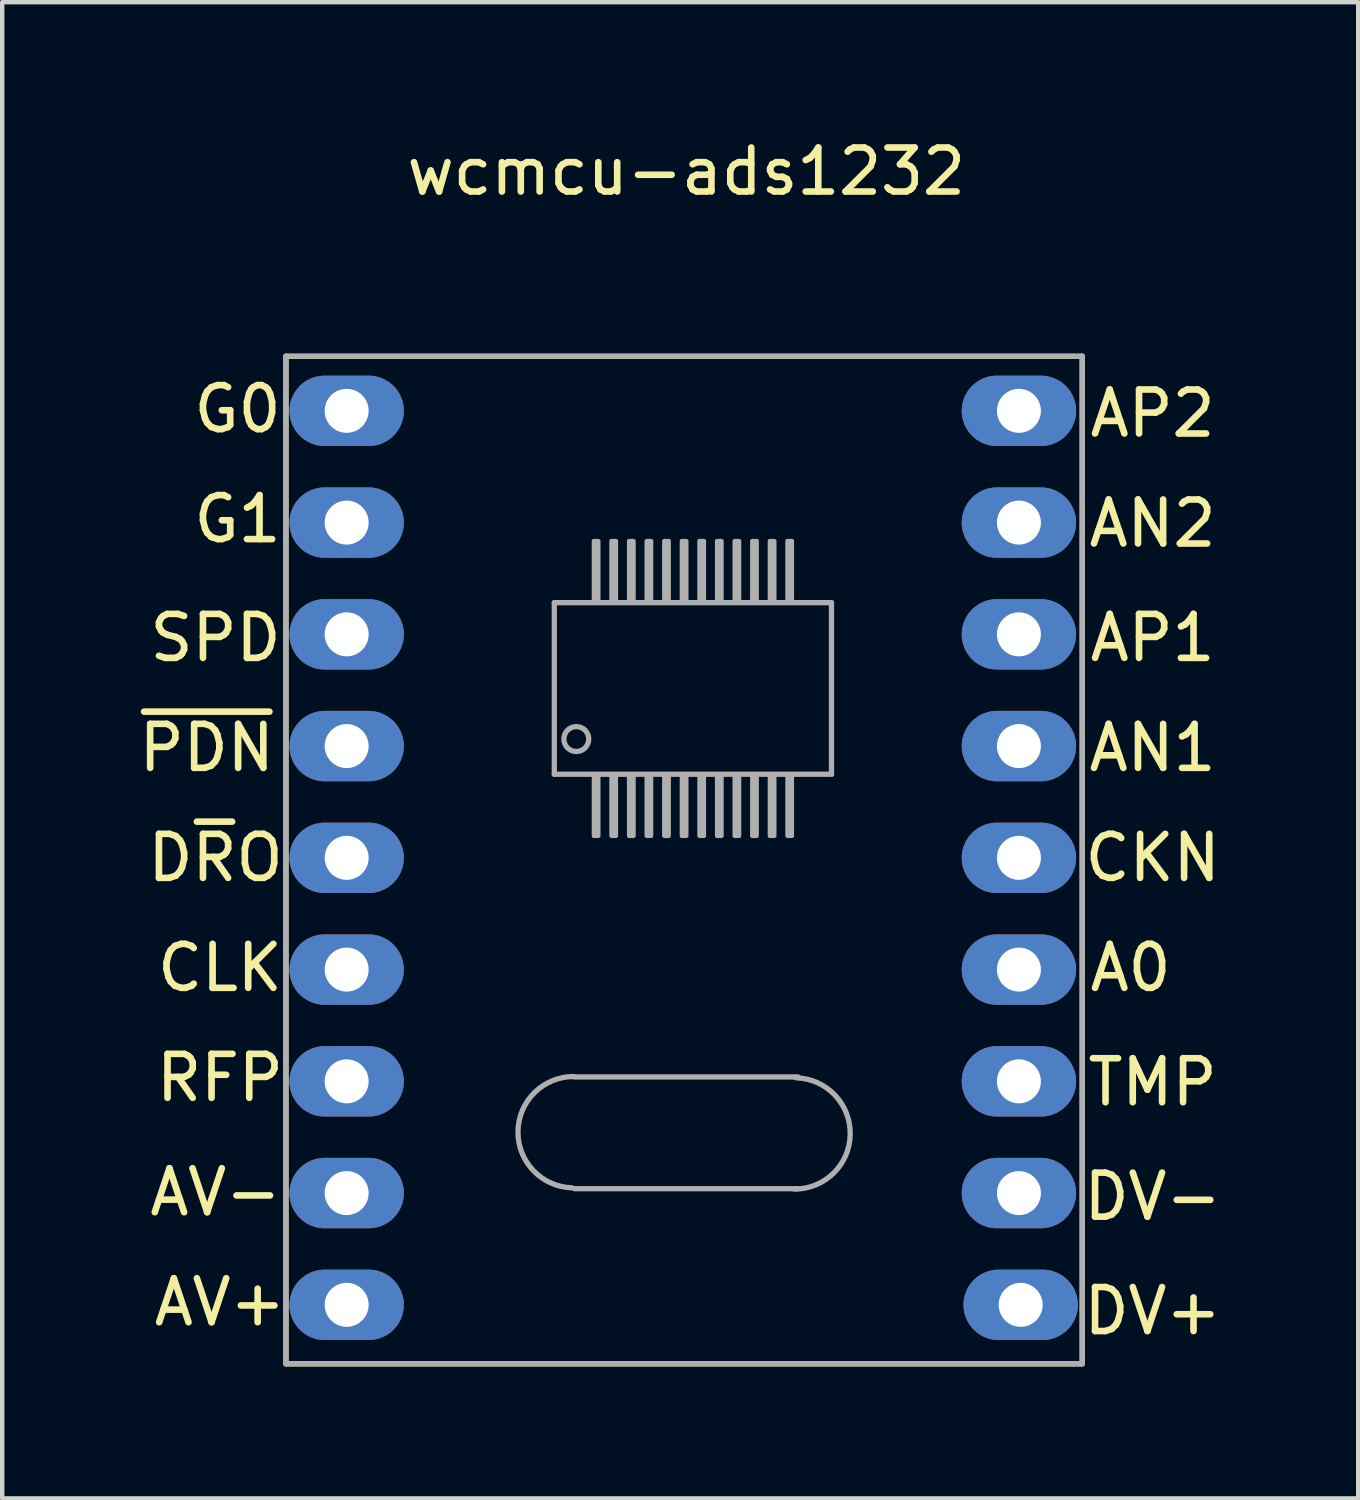
<source format=kicad_pcb>
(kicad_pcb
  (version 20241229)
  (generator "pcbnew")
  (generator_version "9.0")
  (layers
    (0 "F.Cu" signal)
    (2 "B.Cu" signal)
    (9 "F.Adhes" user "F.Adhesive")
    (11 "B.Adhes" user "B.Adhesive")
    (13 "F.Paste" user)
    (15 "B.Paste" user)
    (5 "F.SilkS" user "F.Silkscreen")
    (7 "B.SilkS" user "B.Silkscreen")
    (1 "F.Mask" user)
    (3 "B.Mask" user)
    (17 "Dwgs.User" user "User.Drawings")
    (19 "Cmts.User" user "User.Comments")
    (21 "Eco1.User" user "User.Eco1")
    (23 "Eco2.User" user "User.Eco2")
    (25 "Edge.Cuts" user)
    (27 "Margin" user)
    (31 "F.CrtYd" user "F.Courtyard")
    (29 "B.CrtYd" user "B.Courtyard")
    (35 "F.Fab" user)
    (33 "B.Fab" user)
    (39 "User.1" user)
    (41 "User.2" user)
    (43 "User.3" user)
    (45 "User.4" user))
  (footprint "wcmcu-ads1232"
    (layer "F.Cu")
    (at 12.449 16.448)
    (property "Reference" "wcmcu-ads1232" (at 0.1 -15.6 0) (layer "F.SilkS") (effects (font (size 1 1) (thickness 0.15))))
    (attr through_hole)
    (fp_line (start -9 -11.4) (end 9.1 -11.4) (stroke (width 0.12) (type solid)) (layer "F.SilkS"))
    (fp_line (start -9 11.5) (end -9 -11.4) (stroke (width 0.12) (type solid)) (layer "F.SilkS"))
    (fp_line (start 9.1 -11.4) (end 9.1 11.5) (stroke (width 0.12) (type solid)) (layer "F.SilkS"))
    (fp_line (start 9.1 11.5) (end -9 11.5) (stroke (width 0.12) (type solid)) (layer "F.SilkS"))
    (fp_line (start -9 -11.4) (end -9 11.5) (stroke (width 0.12) (type solid)) (layer "F.Fab"))
    (fp_line (start -9 11.5) (end 9.1 11.5) (stroke (width 0.12) (type solid)) (layer "F.Fab"))
    (fp_line (start -2.9 -5.8) (end 3.4 -5.8) (stroke (width 0.12) (type solid)) (layer "F.Fab"))
    (fp_line (start -2.9 -1.9) (end -2.9 -5.8) (stroke (width 0.12) (type solid)) (layer "F.Fab"))
    (fp_line (start -2.44 4.98) (end 2.64 4.98) (stroke (width 0.12) (type solid)) (layer "F.Fab"))
    (fp_line (start 2.64 7.52) (end -2.44 7.52) (stroke (width 0.12) (type solid)) (layer "F.Fab"))
    (fp_line (start 3.4 -5.8) (end 3.4 -1.9) (stroke (width 0.12) (type solid)) (layer "F.Fab"))
    (fp_line (start 3.4 -1.9) (end -2.9 -1.9) (stroke (width 0.12) (type solid)) (layer "F.Fab"))
    (fp_line (start 9.1 -11.4) (end -9 -11.4) (stroke (width 0.12) (type solid)) (layer "F.Fab"))
    (fp_line (start 9.1 11.5) (end 9.1 -11.4) (stroke (width 0.12) (type solid)) (layer "F.Fab"))
    (fp_arc (start -2.5 7.5) (mid -3.726453 6.21651) (end -2.461687 4.970758) (stroke (width 0.12) (type solid)) (layer "F.Fab"))
    (fp_arc (start 2.6 5) (mid 3.826453 6.28349) (end 2.561687 7.529242) (stroke (width 0.12) (type solid)) (layer "F.Fab"))
    (fp_circle (center -2.4 -2.7) (end -2.2 -2.5) (stroke (width 0.12) (type solid)) (fill no) (layer "F.Fab"))
    (fp_poly (pts (xy -1.9 -5.8) (xy -2 -5.8) (xy -2 -7.2) (xy -1.9 -7.2)) (stroke (width 0.1) (type solid)) (fill no) (layer "F.Fab"))
    (fp_poly (pts (xy -1.9 -0.5) (xy -2 -0.5) (xy -2 -1.9) (xy -1.9 -1.9)) (stroke (width 0.1) (type solid)) (fill no) (layer "F.Fab"))
    (fp_poly (pts (xy -1.5 -5.8) (xy -1.6 -5.8) (xy -1.6 -7.2) (xy -1.5 -7.2)) (stroke (width 0.1) (type solid)) (fill no) (layer "F.Fab"))
    (fp_poly (pts (xy -1.5 -0.5) (xy -1.6 -0.5) (xy -1.6 -1.9) (xy -1.5 -1.9)) (stroke (width 0.1) (type solid)) (fill no) (layer "F.Fab"))
    (fp_poly (pts (xy -1.1 -5.8) (xy -1.2 -5.8) (xy -1.2 -7.2) (xy -1.1 -7.2)) (stroke (width 0.1) (type solid)) (fill no) (layer "F.Fab"))
    (fp_poly (pts (xy -1.1 -0.5) (xy -1.2 -0.5) (xy -1.2 -1.9) (xy -1.1 -1.9)) (stroke (width 0.1) (type solid)) (fill no) (layer "F.Fab"))
    (fp_poly (pts (xy -0.7 -5.8) (xy -0.8 -5.8) (xy -0.8 -7.2) (xy -0.7 -7.2)) (stroke (width 0.1) (type solid)) (fill no) (layer "F.Fab"))
    (fp_poly (pts (xy -0.7 -0.5) (xy -0.8 -0.5) (xy -0.8 -1.9) (xy -0.7 -1.9)) (stroke (width 0.1) (type solid)) (fill no) (layer "F.Fab"))
    (fp_poly (pts (xy -0.3 -5.8) (xy -0.4 -5.8) (xy -0.4 -7.2) (xy -0.3 -7.2)) (stroke (width 0.1) (type solid)) (fill no) (layer "F.Fab"))
    (fp_poly (pts (xy -0.3 -0.5) (xy -0.4 -0.5) (xy -0.4 -1.9) (xy -0.3 -1.9)) (stroke (width 0.1) (type solid)) (fill no) (layer "F.Fab"))
    (fp_poly (pts (xy 0.1 -5.8) (xy 0 -5.8) (xy 0 -7.2) (xy 0.1 -7.2)) (stroke (width 0.1) (type solid)) (fill no) (layer "F.Fab"))
    (fp_poly (pts (xy 0.1 -0.5) (xy 0 -0.5) (xy 0 -1.9) (xy 0.1 -1.9)) (stroke (width 0.1) (type solid)) (fill no) (layer "F.Fab"))
    (fp_poly (pts (xy 0.5 -5.8) (xy 0.4 -5.8) (xy 0.4 -7.2) (xy 0.5 -7.2)) (stroke (width 0.1) (type solid)) (fill no) (layer "F.Fab"))
    (fp_poly (pts (xy 0.5 -0.5) (xy 0.4 -0.5) (xy 0.4 -1.9) (xy 0.5 -1.9)) (stroke (width 0.1) (type solid)) (fill no) (layer "F.Fab"))
    (fp_poly (pts (xy 0.9 -5.8) (xy 0.8 -5.8) (xy 0.8 -7.2) (xy 0.9 -7.2)) (stroke (width 0.1) (type solid)) (fill no) (layer "F.Fab"))
    (fp_poly (pts (xy 0.9 -0.5) (xy 0.8 -0.5) (xy 0.8 -1.9) (xy 0.9 -1.9)) (stroke (width 0.1) (type solid)) (fill no) (layer "F.Fab"))
    (fp_poly (pts (xy 1.3 -5.8) (xy 1.2 -5.8) (xy 1.2 -7.2) (xy 1.3 -7.2)) (stroke (width 0.1) (type solid)) (fill no) (layer "F.Fab"))
    (fp_poly (pts (xy 1.3 -0.5) (xy 1.2 -0.5) (xy 1.2 -1.9) (xy 1.3 -1.9)) (stroke (width 0.1) (type solid)) (fill no) (layer "F.Fab"))
    (fp_poly (pts (xy 1.7 -5.8) (xy 1.6 -5.8) (xy 1.6 -7.2) (xy 1.7 -7.2)) (stroke (width 0.1) (type solid)) (fill no) (layer "F.Fab"))
    (fp_poly (pts (xy 1.7 -0.5) (xy 1.6 -0.5) (xy 1.6 -1.9) (xy 1.7 -1.9)) (stroke (width 0.1) (type solid)) (fill no) (layer "F.Fab"))
    (fp_poly (pts (xy 2.1 -5.8) (xy 2 -5.8) (xy 2 -7.2) (xy 2.1 -7.2)) (stroke (width 0.1) (type solid)) (fill no) (layer "F.Fab"))
    (fp_poly (pts (xy 2.1 -0.5) (xy 2 -0.5) (xy 2 -1.9) (xy 2.1 -1.9)) (stroke (width 0.1) (type solid)) (fill no) (layer "F.Fab"))
    (fp_poly (pts (xy 2.5 -5.8) (xy 2.4 -5.8) (xy 2.4 -7.2) (xy 2.5 -7.2)) (stroke (width 0.1) (type solid)) (fill no) (layer "F.Fab"))
    (fp_poly (pts (xy 2.5 -0.5) (xy 2.4 -0.5) (xy 2.4 -1.9) (xy 2.5 -1.9)) (stroke (width 0.1) (type solid)) (fill no) (layer "F.Fab"))
    (fp_text user "G0" (at -10.1 -10.2 0) (layer "F.SilkS") (effects (font (size 1 1) (thickness 0.15))))
    (fp_text user "AP1" (at 10.7 -5 0) (layer "F.SilkS") (effects (font (size 1 1) (thickness 0.15))))
    (fp_text user "SPD" (at -10.6 -5 0) (layer "F.SilkS") (effects (font (size 1 1) (thickness 0.15))))
    (fp_text user "CLK" (at -10.5 2.5 0) (layer "F.SilkS") (effects (font (size 1 1) (thickness 0.15))))
    (fp_text user "RFP" (at -10.5 5 0) (layer "F.SilkS") (effects (font (size 1 1) (thickness 0.15))))
    (fp_text user "AV-" (at -10.6 7.6 0) (layer "F.SilkS") (effects (font (size 1 1) (thickness 0.15))))
    (fp_text user "DV-" (at 10.7 7.7 0) (layer "F.SilkS") (effects (font (size 1 1) (thickness 0.15))))
    (fp_text user "TMP" (at 10.7 5.1 0) (layer "F.SilkS") (effects (font (size 1 1) (thickness 0.15))))
    (fp_text user "AV+" (at -10.5 10.1 0) (layer "F.SilkS") (effects (font (size 1 1) (thickness 0.15))))
    (fp_text user "G1" (at -10.1 -7.7 0) (layer "F.SilkS") (effects (font (size 1 1) (thickness 0.15))))
    (fp_text user "AN1" (at 10.7 -2.5 0) (layer "F.SilkS") (effects (font (size 1 1) (thickness 0.15))))
    (fp_text user "CKN" (at 10.7 0 0) (layer "F.SilkS") (effects (font (size 1 1) (thickness 0.15))))
    (fp_text user "DV+" (at 10.7 10.3 0) (layer "F.SilkS") (effects (font (size 1 1) (thickness 0.15))))
    (fp_text user "AP2" (at 10.7 -10.1 0) (layer "F.SilkS") (effects (font (size 1 1) (thickness 0.15))))
    (fp_text user "AN2" (at 10.7 -7.6 0) (layer "F.SilkS") (effects (font (size 1 1) (thickness 0.15))))
    (fp_text user "A0" (at 10.2 2.5 0) (layer "F.SilkS") (effects (font (size 1 1) (thickness 0.15))))
    (fp_text user "D~{R}O" (at -10.6 0 0) (layer "F.SilkS") (effects (font (size 1 1) (thickness 0.15))))
    (fp_text user "~{PDN}" (at -10.8 -2.5 0) (layer "F.SilkS") (effects (font (size 1 1) (thickness 0.15))))
    (pad "1" thru_hole oval (at -7.62 -10.16) (size 2.6 1.6) (drill 1) (layers "*.Cu" "*.Mask"))
    (pad "2" thru_hole oval (at -7.62 -7.62) (size 2.6 1.6) (drill 1) (layers "*.Cu" "*.Mask"))
    (pad "3" thru_hole oval (at -7.62 -5.08) (size 2.6 1.6) (drill 1) (layers "*.Cu" "*.Mask"))
    (pad "4" thru_hole oval (at -7.62 -2.54) (size 2.6 1.6) (drill 1) (layers "*.Cu" "*.Mask"))
    (pad "5" thru_hole oval (at -7.62 0) (size 2.6 1.6) (drill 1) (layers "*.Cu" "*.Mask"))
    (pad "6" thru_hole oval (at -7.62 2.54) (size 2.6 1.6) (drill 1) (layers "*.Cu" "*.Mask"))
    (pad "7" thru_hole oval (at -7.62 5.08) (size 2.6 1.6) (drill 1) (layers "*.Cu" "*.Mask"))
    (pad "8" thru_hole oval (at -7.62 7.62) (size 2.6 1.6) (drill 1) (layers "*.Cu" "*.Mask"))
    (pad "9" thru_hole oval (at -7.62 10.16) (size 2.6 1.6) (drill 1) (layers "*.Cu" "*.Mask"))
    (pad "10" thru_hole oval (at 7.7 10.16) (size 2.6 1.6) (drill 1) (layers "*.Cu" "*.Mask"))
    (pad "11" thru_hole oval (at 7.66 7.62) (size 2.6 1.6) (drill 1) (layers "*.Cu" "*.Mask"))
    (pad "12" thru_hole oval (at 7.66 5.08) (size 2.6 1.6) (drill 1) (layers "*.Cu" "*.Mask"))
    (pad "13" thru_hole oval (at 7.66 2.54) (size 2.6 1.6) (drill 1) (layers "*.Cu" "*.Mask"))
    (pad "14" thru_hole oval (at 7.66 0) (size 2.6 1.6) (drill 1) (layers "*.Cu" "*.Mask"))
    (pad "15" thru_hole oval (at 7.66 -2.54) (size 2.6 1.6) (drill 1) (layers "*.Cu" "*.Mask"))
    (pad "16" thru_hole oval (at 7.66 -5.08) (size 2.6 1.6) (drill 1) (layers "*.Cu" "*.Mask"))
    (pad "17" thru_hole oval (at 7.66 -7.62) (size 2.6 1.6) (drill 1) (layers "*.Cu" "*.Mask"))
    (pad "18" thru_hole oval (at 7.66 -10.16) (size 2.6 1.6) (drill 1) (layers "*.Cu" "*.Mask")))
  (gr_rect
    (start -3 -3)
    (end 27.821 31.008)
    (stroke (width 0.1) (type default))
    (fill no)
    (layer "Edge.Cuts")))
</source>
